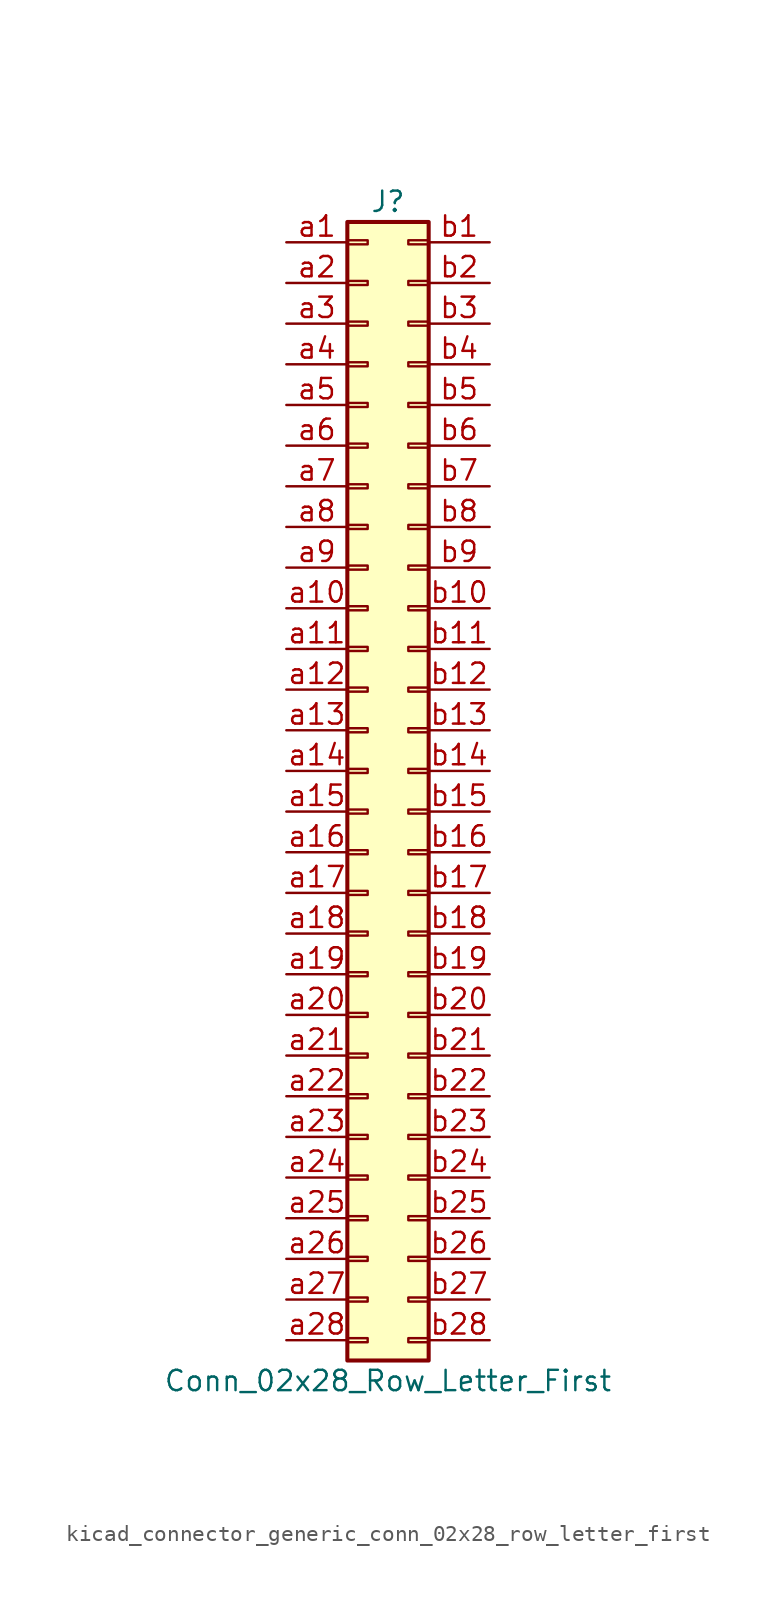
<source format=kicad_sym>
(kicad_symbol_lib
  (version 20220914)
  (generator kicad_symbol_editor)
  (symbol "kicad_connector_generic_conn_02x28_row_letter_first"
    (pin_names
      (offset 1.016) hide)
    (property "Reference" "J"
      (at 1.27 35.56 0)
      (effects (font (size 1.27 1.27))))
    (property "Value" "Conn_02x28_Row_Letter_First"
      (at 1.27 -38.1 0)
      (effects (font (size 1.27 1.27))))
    (symbol "kicad_connector_generic_conn_02x28_row_letter_first_1_1"
      (rectangle (start -1.27 -35.433) (end 0 -35.687) (stroke (width 0.152) (type default)) (fill (type none)))
      (rectangle (start -1.27 -32.893) (end 0 -33.147) (stroke (width 0.152) (type default)) (fill (type none)))
      (rectangle (start -1.27 -30.353) (end 0 -30.607) (stroke (width 0.152) (type default)) (fill (type none)))
      (rectangle (start -1.27 -27.813) (end 0 -28.067) (stroke (width 0.152) (type default)) (fill (type none)))
      (rectangle (start -1.27 -25.273) (end 0 -25.527) (stroke (width 0.152) (type default)) (fill (type none)))
      (rectangle (start -1.27 -22.733) (end 0 -22.987) (stroke (width 0.152) (type default)) (fill (type none)))
      (rectangle (start -1.27 -20.193) (end 0 -20.447) (stroke (width 0.152) (type default)) (fill (type none)))
      (rectangle (start -1.27 -17.653) (end 0 -17.907) (stroke (width 0.152) (type default)) (fill (type none)))
      (rectangle (start -1.27 -15.113) (end 0 -15.367) (stroke (width 0.152) (type default)) (fill (type none)))
      (rectangle (start -1.27 -12.573) (end 0 -12.827) (stroke (width 0.152) (type default)) (fill (type none)))
      (rectangle (start -1.27 -10.033) (end 0 -10.287) (stroke (width 0.152) (type default)) (fill (type none)))
      (rectangle (start -1.27 -7.493) (end 0 -7.747) (stroke (width 0.152) (type default)) (fill (type none)))
      (rectangle (start -1.27 -4.953) (end 0 -5.207) (stroke (width 0.152) (type default)) (fill (type none)))
      (rectangle (start -1.27 -2.413) (end 0 -2.667) (stroke (width 0.152) (type default)) (fill (type none)))
      (rectangle (start -1.27 0.127) (end 0 -0.127) (stroke (width 0.152) (type default)) (fill (type none)))
      (rectangle (start -1.27 2.667) (end 0 2.413) (stroke (width 0.152) (type default)) (fill (type none)))
      (rectangle (start -1.27 5.207) (end 0 4.953) (stroke (width 0.152) (type default)) (fill (type none)))
      (rectangle (start -1.27 7.747) (end 0 7.493) (stroke (width 0.152) (type default)) (fill (type none)))
      (rectangle (start -1.27 10.287) (end 0 10.033) (stroke (width 0.152) (type default)) (fill (type none)))
      (rectangle (start -1.27 12.827) (end 0 12.573) (stroke (width 0.152) (type default)) (fill (type none)))
      (rectangle (start -1.27 15.367) (end 0 15.113) (stroke (width 0.152) (type default)) (fill (type none)))
      (rectangle (start -1.27 17.907) (end 0 17.653) (stroke (width 0.152) (type default)) (fill (type none)))
      (rectangle (start -1.27 20.447) (end 0 20.193) (stroke (width 0.152) (type default)) (fill (type none)))
      (rectangle (start -1.27 22.987) (end 0 22.733) (stroke (width 0.152) (type default)) (fill (type none)))
      (rectangle (start -1.27 25.527) (end 0 25.273) (stroke (width 0.152) (type default)) (fill (type none)))
      (rectangle (start -1.27 28.067) (end 0 27.813) (stroke (width 0.152) (type default)) (fill (type none)))
      (rectangle (start -1.27 30.607) (end 0 30.353) (stroke (width 0.152) (type default)) (fill (type none)))
      (rectangle (start -1.27 33.147) (end 0 32.893) (stroke (width 0.152) (type default)) (fill (type none)))
      (rectangle (start -1.27 34.29) (end 3.81 -36.83) (stroke (width 0.254) (type default)) (fill (type background)))
      (rectangle (start 3.81 -35.433) (end 2.54 -35.687) (stroke (width 0.152) (type default)) (fill (type none)))
      (rectangle (start 3.81 -32.893) (end 2.54 -33.147) (stroke (width 0.152) (type default)) (fill (type none)))
      (rectangle (start 3.81 -30.353) (end 2.54 -30.607) (stroke (width 0.152) (type default)) (fill (type none)))
      (rectangle (start 3.81 -27.813) (end 2.54 -28.067) (stroke (width 0.152) (type default)) (fill (type none)))
      (rectangle (start 3.81 -25.273) (end 2.54 -25.527) (stroke (width 0.152) (type default)) (fill (type none)))
      (rectangle (start 3.81 -22.733) (end 2.54 -22.987) (stroke (width 0.152) (type default)) (fill (type none)))
      (rectangle (start 3.81 -20.193) (end 2.54 -20.447) (stroke (width 0.152) (type default)) (fill (type none)))
      (rectangle (start 3.81 -17.653) (end 2.54 -17.907) (stroke (width 0.152) (type default)) (fill (type none)))
      (rectangle (start 3.81 -15.113) (end 2.54 -15.367) (stroke (width 0.152) (type default)) (fill (type none)))
      (rectangle (start 3.81 -12.573) (end 2.54 -12.827) (stroke (width 0.152) (type default)) (fill (type none)))
      (rectangle (start 3.81 -10.033) (end 2.54 -10.287) (stroke (width 0.152) (type default)) (fill (type none)))
      (rectangle (start 3.81 -7.493) (end 2.54 -7.747) (stroke (width 0.152) (type default)) (fill (type none)))
      (rectangle (start 3.81 -4.953) (end 2.54 -5.207) (stroke (width 0.152) (type default)) (fill (type none)))
      (rectangle (start 3.81 -2.413) (end 2.54 -2.667) (stroke (width 0.152) (type default)) (fill (type none)))
      (rectangle (start 3.81 0.127) (end 2.54 -0.127) (stroke (width 0.152) (type default)) (fill (type none)))
      (rectangle (start 3.81 2.667) (end 2.54 2.413) (stroke (width 0.152) (type default)) (fill (type none)))
      (rectangle (start 3.81 5.207) (end 2.54 4.953) (stroke (width 0.152) (type default)) (fill (type none)))
      (rectangle (start 3.81 7.747) (end 2.54 7.493) (stroke (width 0.152) (type default)) (fill (type none)))
      (rectangle (start 3.81 10.287) (end 2.54 10.033) (stroke (width 0.152) (type default)) (fill (type none)))
      (rectangle (start 3.81 12.827) (end 2.54 12.573) (stroke (width 0.152) (type default)) (fill (type none)))
      (rectangle (start 3.81 15.367) (end 2.54 15.113) (stroke (width 0.152) (type default)) (fill (type none)))
      (rectangle (start 3.81 17.907) (end 2.54 17.653) (stroke (width 0.152) (type default)) (fill (type none)))
      (rectangle (start 3.81 20.447) (end 2.54 20.193) (stroke (width 0.152) (type default)) (fill (type none)))
      (rectangle (start 3.81 22.987) (end 2.54 22.733) (stroke (width 0.152) (type default)) (fill (type none)))
      (rectangle (start 3.81 25.527) (end 2.54 25.273) (stroke (width 0.152) (type default)) (fill (type none)))
      (rectangle (start 3.81 28.067) (end 2.54 27.813) (stroke (width 0.152) (type default)) (fill (type none)))
      (rectangle (start 3.81 30.607) (end 2.54 30.353) (stroke (width 0.152) (type default)) (fill (type none)))
      (rectangle (start 3.81 33.147) (end 2.54 32.893) (stroke (width 0.152) (type default)) (fill (type none)))
      (pin passive line (at -5.08 33.02 0) (length 3.81) (name "Pin_a1" (effects (font (size 1.27 1.27)))) (number "a1" (effects (font (size 1.27 1.27)))))
      (pin passive line (at -5.08 10.16 0) (length 3.81) (name "Pin_a10" (effects (font (size 1.27 1.27)))) (number "a10" (effects (font (size 1.27 1.27)))))
      (pin passive line (at -5.08 7.62 0) (length 3.81) (name "Pin_a11" (effects (font (size 1.27 1.27)))) (number "a11" (effects (font (size 1.27 1.27)))))
      (pin passive line (at -5.08 5.08 0) (length 3.81) (name "Pin_a12" (effects (font (size 1.27 1.27)))) (number "a12" (effects (font (size 1.27 1.27)))))
      (pin passive line (at -5.08 2.54 0) (length 3.81) (name "Pin_a13" (effects (font (size 1.27 1.27)))) (number "a13" (effects (font (size 1.27 1.27)))))
      (pin passive line (at -5.08 0 0) (length 3.81) (name "Pin_a14" (effects (font (size 1.27 1.27)))) (number "a14" (effects (font (size 1.27 1.27)))))
      (pin passive line (at -5.08 -2.54 0) (length 3.81) (name "Pin_a15" (effects (font (size 1.27 1.27)))) (number "a15" (effects (font (size 1.27 1.27)))))
      (pin passive line (at -5.08 -5.08 0) (length 3.81) (name "Pin_a16" (effects (font (size 1.27 1.27)))) (number "a16" (effects (font (size 1.27 1.27)))))
      (pin passive line (at -5.08 -7.62 0) (length 3.81) (name "Pin_a17" (effects (font (size 1.27 1.27)))) (number "a17" (effects (font (size 1.27 1.27)))))
      (pin passive line (at -5.08 -10.16 0) (length 3.81) (name "Pin_a18" (effects (font (size 1.27 1.27)))) (number "a18" (effects (font (size 1.27 1.27)))))
      (pin passive line (at -5.08 -12.7 0) (length 3.81) (name "Pin_a19" (effects (font (size 1.27 1.27)))) (number "a19" (effects (font (size 1.27 1.27)))))
      (pin passive line (at -5.08 30.48 0) (length 3.81) (name "Pin_a2" (effects (font (size 1.27 1.27)))) (number "a2" (effects (font (size 1.27 1.27)))))
      (pin passive line (at -5.08 -15.24 0) (length 3.81) (name "Pin_a20" (effects (font (size 1.27 1.27)))) (number "a20" (effects (font (size 1.27 1.27)))))
      (pin passive line (at -5.08 -17.78 0) (length 3.81) (name "Pin_a21" (effects (font (size 1.27 1.27)))) (number "a21" (effects (font (size 1.27 1.27)))))
      (pin passive line (at -5.08 -20.32 0) (length 3.81) (name "Pin_a22" (effects (font (size 1.27 1.27)))) (number "a22" (effects (font (size 1.27 1.27)))))
      (pin passive line (at -5.08 -22.86 0) (length 3.81) (name "Pin_a23" (effects (font (size 1.27 1.27)))) (number "a23" (effects (font (size 1.27 1.27)))))
      (pin passive line (at -5.08 -25.4 0) (length 3.81) (name "Pin_a24" (effects (font (size 1.27 1.27)))) (number "a24" (effects (font (size 1.27 1.27)))))
      (pin passive line (at -5.08 -27.94 0) (length 3.81) (name "Pin_a25" (effects (font (size 1.27 1.27)))) (number "a25" (effects (font (size 1.27 1.27)))))
      (pin passive line (at -5.08 -30.48 0) (length 3.81) (name "Pin_a26" (effects (font (size 1.27 1.27)))) (number "a26" (effects (font (size 1.27 1.27)))))
      (pin passive line (at -5.08 -33.02 0) (length 3.81) (name "Pin_a27" (effects (font (size 1.27 1.27)))) (number "a27" (effects (font (size 1.27 1.27)))))
      (pin passive line (at -5.08 -35.56 0) (length 3.81) (name "Pin_a28" (effects (font (size 1.27 1.27)))) (number "a28" (effects (font (size 1.27 1.27)))))
      (pin passive line (at -5.08 27.94 0) (length 3.81) (name "Pin_a3" (effects (font (size 1.27 1.27)))) (number "a3" (effects (font (size 1.27 1.27)))))
      (pin passive line (at -5.08 25.4 0) (length 3.81) (name "Pin_a4" (effects (font (size 1.27 1.27)))) (number "a4" (effects (font (size 1.27 1.27)))))
      (pin passive line (at -5.08 22.86 0) (length 3.81) (name "Pin_a5" (effects (font (size 1.27 1.27)))) (number "a5" (effects (font (size 1.27 1.27)))))
      (pin passive line (at -5.08 20.32 0) (length 3.81) (name "Pin_a6" (effects (font (size 1.27 1.27)))) (number "a6" (effects (font (size 1.27 1.27)))))
      (pin passive line (at -5.08 17.78 0) (length 3.81) (name "Pin_a7" (effects (font (size 1.27 1.27)))) (number "a7" (effects (font (size 1.27 1.27)))))
      (pin passive line (at -5.08 15.24 0) (length 3.81) (name "Pin_a8" (effects (font (size 1.27 1.27)))) (number "a8" (effects (font (size 1.27 1.27)))))
      (pin passive line (at -5.08 12.7 0) (length 3.81) (name "Pin_a9" (effects (font (size 1.27 1.27)))) (number "a9" (effects (font (size 1.27 1.27)))))
      (pin passive line (at 7.62 33.02 180) (length 3.81) (name "Pin_b1" (effects (font (size 1.27 1.27)))) (number "b1" (effects (font (size 1.27 1.27)))))
      (pin passive line (at 7.62 10.16 180) (length 3.81) (name "Pin_b10" (effects (font (size 1.27 1.27)))) (number "b10" (effects (font (size 1.27 1.27)))))
      (pin passive line (at 7.62 7.62 180) (length 3.81) (name "Pin_b11" (effects (font (size 1.27 1.27)))) (number "b11" (effects (font (size 1.27 1.27)))))
      (pin passive line (at 7.62 5.08 180) (length 3.81) (name "Pin_b12" (effects (font (size 1.27 1.27)))) (number "b12" (effects (font (size 1.27 1.27)))))
      (pin passive line (at 7.62 2.54 180) (length 3.81) (name "Pin_b13" (effects (font (size 1.27 1.27)))) (number "b13" (effects (font (size 1.27 1.27)))))
      (pin passive line (at 7.62 0 180) (length 3.81) (name "Pin_b14" (effects (font (size 1.27 1.27)))) (number "b14" (effects (font (size 1.27 1.27)))))
      (pin passive line (at 7.62 -2.54 180) (length 3.81) (name "Pin_b15" (effects (font (size 1.27 1.27)))) (number "b15" (effects (font (size 1.27 1.27)))))
      (pin passive line (at 7.62 -5.08 180) (length 3.81) (name "Pin_b16" (effects (font (size 1.27 1.27)))) (number "b16" (effects (font (size 1.27 1.27)))))
      (pin passive line (at 7.62 -7.62 180) (length 3.81) (name "Pin_b17" (effects (font (size 1.27 1.27)))) (number "b17" (effects (font (size 1.27 1.27)))))
      (pin passive line (at 7.62 -10.16 180) (length 3.81) (name "Pin_b18" (effects (font (size 1.27 1.27)))) (number "b18" (effects (font (size 1.27 1.27)))))
      (pin passive line (at 7.62 -12.7 180) (length 3.81) (name "Pin_b19" (effects (font (size 1.27 1.27)))) (number "b19" (effects (font (size 1.27 1.27)))))
      (pin passive line (at 7.62 30.48 180) (length 3.81) (name "Pin_b2" (effects (font (size 1.27 1.27)))) (number "b2" (effects (font (size 1.27 1.27)))))
      (pin passive line (at 7.62 -15.24 180) (length 3.81) (name "Pin_b20" (effects (font (size 1.27 1.27)))) (number "b20" (effects (font (size 1.27 1.27)))))
      (pin passive line (at 7.62 -17.78 180) (length 3.81) (name "Pin_b21" (effects (font (size 1.27 1.27)))) (number "b21" (effects (font (size 1.27 1.27)))))
      (pin passive line (at 7.62 -20.32 180) (length 3.81) (name "Pin_b22" (effects (font (size 1.27 1.27)))) (number "b22" (effects (font (size 1.27 1.27)))))
      (pin passive line (at 7.62 -22.86 180) (length 3.81) (name "Pin_b23" (effects (font (size 1.27 1.27)))) (number "b23" (effects (font (size 1.27 1.27)))))
      (pin passive line (at 7.62 -25.4 180) (length 3.81) (name "Pin_b24" (effects (font (size 1.27 1.27)))) (number "b24" (effects (font (size 1.27 1.27)))))
      (pin passive line (at 7.62 -27.94 180) (length 3.81) (name "Pin_b25" (effects (font (size 1.27 1.27)))) (number "b25" (effects (font (size 1.27 1.27)))))
      (pin passive line (at 7.62 -30.48 180) (length 3.81) (name "Pin_b26" (effects (font (size 1.27 1.27)))) (number "b26" (effects (font (size 1.27 1.27)))))
      (pin passive line (at 7.62 -33.02 180) (length 3.81) (name "Pin_b27" (effects (font (size 1.27 1.27)))) (number "b27" (effects (font (size 1.27 1.27)))))
      (pin passive line (at 7.62 -35.56 180) (length 3.81) (name "Pin_b28" (effects (font (size 1.27 1.27)))) (number "b28" (effects (font (size 1.27 1.27)))))
      (pin passive line (at 7.62 27.94 180) (length 3.81) (name "Pin_b3" (effects (font (size 1.27 1.27)))) (number "b3" (effects (font (size 1.27 1.27)))))
      (pin passive line (at 7.62 25.4 180) (length 3.81) (name "Pin_b4" (effects (font (size 1.27 1.27)))) (number "b4" (effects (font (size 1.27 1.27)))))
      (pin passive line (at 7.62 22.86 180) (length 3.81) (name "Pin_b5" (effects (font (size 1.27 1.27)))) (number "b5" (effects (font (size 1.27 1.27)))))
      (pin passive line (at 7.62 20.32 180) (length 3.81) (name "Pin_b6" (effects (font (size 1.27 1.27)))) (number "b6" (effects (font (size 1.27 1.27)))))
      (pin passive line (at 7.62 17.78 180) (length 3.81) (name "Pin_b7" (effects (font (size 1.27 1.27)))) (number "b7" (effects (font (size 1.27 1.27)))))
      (pin passive line (at 7.62 15.24 180) (length 3.81) (name "Pin_b8" (effects (font (size 1.27 1.27)))) (number "b8" (effects (font (size 1.27 1.27)))))
      (pin passive line (at 7.62 12.7 180) (length 3.81) (name "Pin_b9" (effects (font (size 1.27 1.27)))) (number "b9" (effects (font (size 1.27 1.27))))))))
</source>
